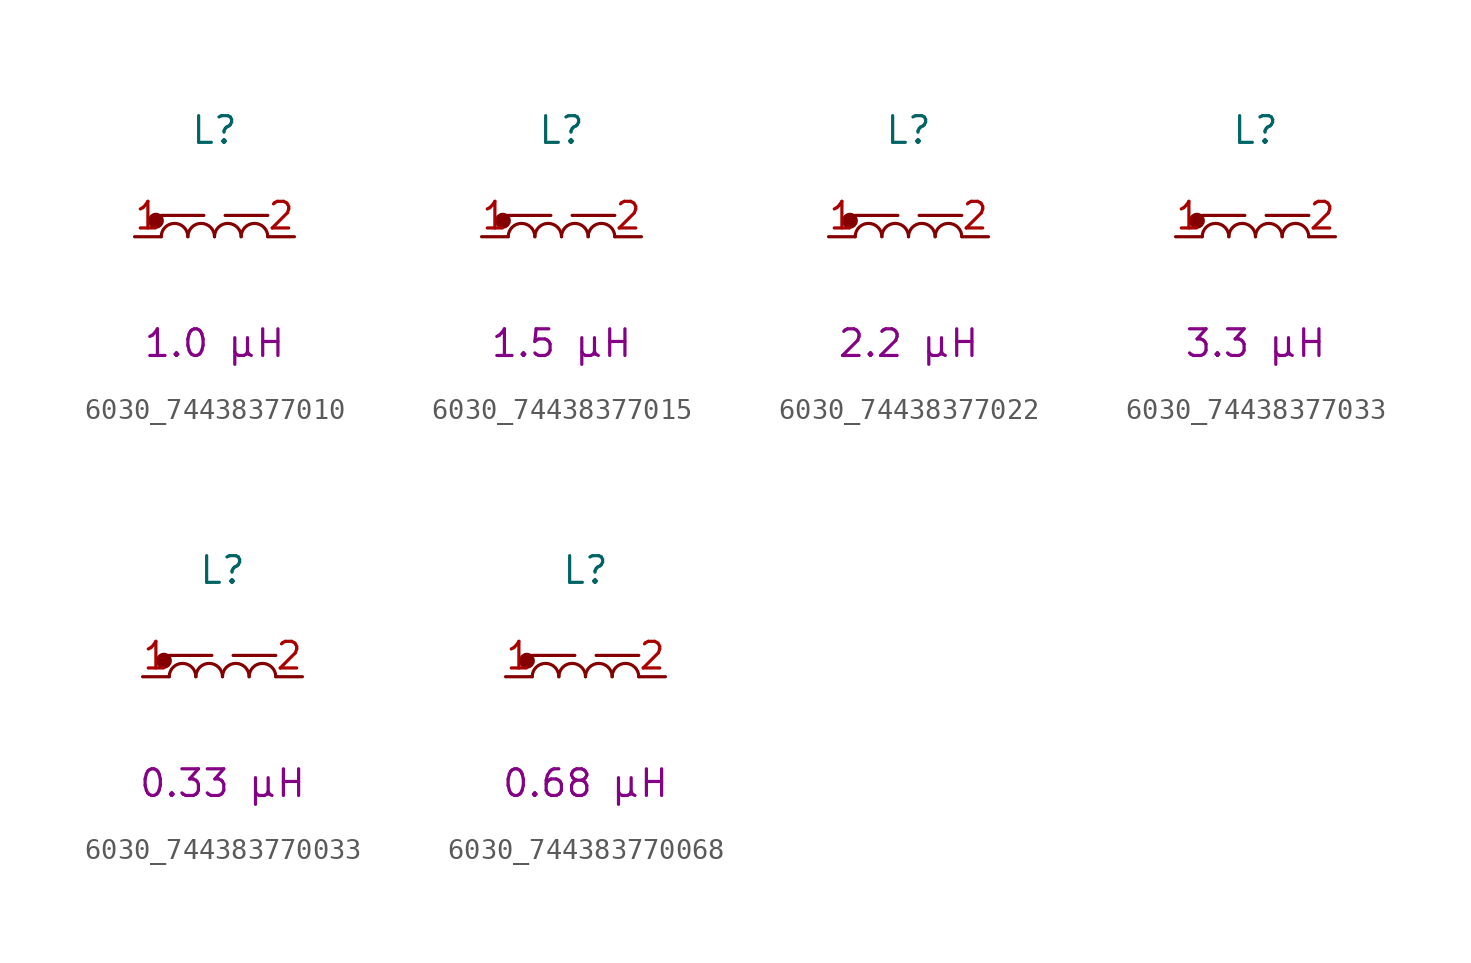
<source format=kicad_sym>
(kicad_symbol_lib
  (version 20220914)
  (generator kicad_symbol_editor)
  (symbol "6030_74438377010"
    (pin_names hide)
    (property "Reference" "L"
      (at 0 5.08 0)
      (effects (font (size 1.27 1.27))))
    (property "Critical Parameter" "1.0 µH"
      (at 0 -5.08 0)
      (effects (font (size 1.27 1.27))))
    (symbol "6030_74438377010_0_1"
      (arc (start -1.27 0) (mid -1.905 0.6323) (end -2.54 0) (stroke (width 0) (type default)) (fill (type none)))
      (arc (start 0 0) (mid -0.635 0.6323) (end -1.27 0) (stroke (width 0) (type default)) (fill (type none)))
      (polyline (pts (xy -2.54 1.016) (xy -0.508 1.016)) (stroke (width 0) (type default)) (fill (type none)))
      (arc (start 1.27 0) (mid 0.635 0.6323) (end 0 0) (stroke (width 0) (type default)) (fill (type none)))
      (arc (start 2.54 0) (mid 1.905 0.6323) (end 1.27 0) (stroke (width 0) (type default)) (fill (type none))))
    (symbol "6030_74438377010_1_1"
      (circle (center -2.794 0.762) (radius 0.0001) (stroke (width 0.381) (type default)) (fill (type none)))
      (polyline (pts (xy 2.54 1.016) (xy 0.508 1.016)) (stroke (width 0) (type default)) (fill (type none)))
      (pin passive line (at -3.81 0 0) (length 1.27) (name "1" (effects (font (size 1.27 1.27)))) (number "1" (effects (font (size 1.27 1.27)))))
      (pin passive line (at 3.81 0 180) (length 1.27) (name "2" (effects (font (size 1.27 1.27)))) (number "2" (effects (font (size 1.27 1.27)))))))
  (symbol "6030_74438377015"
    (pin_names hide)
    (property "Reference" "L"
      (at 0 5.08 0)
      (effects (font (size 1.27 1.27))))
    (property "Critical Parameter" "1.5 µH"
      (at 0 -5.08 0)
      (effects (font (size 1.27 1.27))))
    (symbol "6030_74438377015_0_1"
      (arc (start -1.27 0) (mid -1.905 0.6323) (end -2.54 0) (stroke (width 0) (type default)) (fill (type none)))
      (arc (start 0 0) (mid -0.635 0.6323) (end -1.27 0) (stroke (width 0) (type default)) (fill (type none)))
      (polyline (pts (xy -2.54 1.016) (xy -0.508 1.016)) (stroke (width 0) (type default)) (fill (type none)))
      (arc (start 1.27 0) (mid 0.635 0.6323) (end 0 0) (stroke (width 0) (type default)) (fill (type none)))
      (arc (start 2.54 0) (mid 1.905 0.6323) (end 1.27 0) (stroke (width 0) (type default)) (fill (type none))))
    (symbol "6030_74438377015_1_1"
      (circle (center -2.794 0.762) (radius 0.0001) (stroke (width 0.381) (type default)) (fill (type none)))
      (polyline (pts (xy 2.54 1.016) (xy 0.508 1.016)) (stroke (width 0) (type default)) (fill (type none)))
      (pin passive line (at -3.81 0 0) (length 1.27) (name "1" (effects (font (size 1.27 1.27)))) (number "1" (effects (font (size 1.27 1.27)))))
      (pin passive line (at 3.81 0 180) (length 1.27) (name "2" (effects (font (size 1.27 1.27)))) (number "2" (effects (font (size 1.27 1.27)))))))
  (symbol "6030_74438377022"
    (pin_names hide)
    (property "Reference" "L"
      (at 0 5.08 0)
      (effects (font (size 1.27 1.27))))
    (property "Critical Parameter" "2.2 µH"
      (at 0 -5.08 0)
      (effects (font (size 1.27 1.27))))
    (symbol "6030_74438377022_0_1"
      (arc (start -1.27 0) (mid -1.905 0.6323) (end -2.54 0) (stroke (width 0) (type default)) (fill (type none)))
      (arc (start 0 0) (mid -0.635 0.6323) (end -1.27 0) (stroke (width 0) (type default)) (fill (type none)))
      (polyline (pts (xy -2.54 1.016) (xy -0.508 1.016)) (stroke (width 0) (type default)) (fill (type none)))
      (arc (start 1.27 0) (mid 0.635 0.6323) (end 0 0) (stroke (width 0) (type default)) (fill (type none)))
      (arc (start 2.54 0) (mid 1.905 0.6323) (end 1.27 0) (stroke (width 0) (type default)) (fill (type none))))
    (symbol "6030_74438377022_1_1"
      (circle (center -2.794 0.762) (radius 0.0001) (stroke (width 0.381) (type default)) (fill (type none)))
      (polyline (pts (xy 2.54 1.016) (xy 0.508 1.016)) (stroke (width 0) (type default)) (fill (type none)))
      (pin passive line (at -3.81 0 0) (length 1.27) (name "1" (effects (font (size 1.27 1.27)))) (number "1" (effects (font (size 1.27 1.27)))))
      (pin passive line (at 3.81 0 180) (length 1.27) (name "2" (effects (font (size 1.27 1.27)))) (number "2" (effects (font (size 1.27 1.27)))))))
  (symbol "6030_74438377033"
    (pin_names hide)
    (property "Reference" "L"
      (at 0 5.08 0)
      (effects (font (size 1.27 1.27))))
    (property "Critical Parameter" "3.3 µH"
      (at 0 -5.08 0)
      (effects (font (size 1.27 1.27))))
    (symbol "6030_74438377033_0_1"
      (arc (start -1.27 0) (mid -1.905 0.6323) (end -2.54 0) (stroke (width 0) (type default)) (fill (type none)))
      (arc (start 0 0) (mid -0.635 0.6323) (end -1.27 0) (stroke (width 0) (type default)) (fill (type none)))
      (polyline (pts (xy -2.54 1.016) (xy -0.508 1.016)) (stroke (width 0) (type default)) (fill (type none)))
      (arc (start 1.27 0) (mid 0.635 0.6323) (end 0 0) (stroke (width 0) (type default)) (fill (type none)))
      (arc (start 2.54 0) (mid 1.905 0.6323) (end 1.27 0) (stroke (width 0) (type default)) (fill (type none))))
    (symbol "6030_74438377033_1_1"
      (circle (center -2.794 0.762) (radius 0.0001) (stroke (width 0.381) (type default)) (fill (type none)))
      (polyline (pts (xy 2.54 1.016) (xy 0.508 1.016)) (stroke (width 0) (type default)) (fill (type none)))
      (pin passive line (at -3.81 0 0) (length 1.27) (name "1" (effects (font (size 1.27 1.27)))) (number "1" (effects (font (size 1.27 1.27)))))
      (pin passive line (at 3.81 0 180) (length 1.27) (name "2" (effects (font (size 1.27 1.27)))) (number "2" (effects (font (size 1.27 1.27)))))))
  (symbol "6030_744383770033"
    (pin_names hide)
    (property "Reference" "L"
      (at 0 5.08 0)
      (effects (font (size 1.27 1.27))))
    (property "Critical Parameter" "0.33 µH"
      (at 0 -5.08 0)
      (effects (font (size 1.27 1.27))))
    (symbol "6030_744383770033_0_1"
      (arc (start -1.27 0) (mid -1.905 0.6323) (end -2.54 0) (stroke (width 0) (type default)) (fill (type none)))
      (arc (start 0 0) (mid -0.635 0.6323) (end -1.27 0) (stroke (width 0) (type default)) (fill (type none)))
      (polyline (pts (xy -2.54 1.016) (xy -0.508 1.016)) (stroke (width 0) (type default)) (fill (type none)))
      (arc (start 1.27 0) (mid 0.635 0.6323) (end 0 0) (stroke (width 0) (type default)) (fill (type none)))
      (arc (start 2.54 0) (mid 1.905 0.6323) (end 1.27 0) (stroke (width 0) (type default)) (fill (type none))))
    (symbol "6030_744383770033_1_1"
      (circle (center -2.794 0.762) (radius 0.0001) (stroke (width 0.381) (type default)) (fill (type none)))
      (polyline (pts (xy 2.54 1.016) (xy 0.508 1.016)) (stroke (width 0) (type default)) (fill (type none)))
      (pin passive line (at -3.81 0 0) (length 1.27) (name "1" (effects (font (size 1.27 1.27)))) (number "1" (effects (font (size 1.27 1.27)))))
      (pin passive line (at 3.81 0 180) (length 1.27) (name "2" (effects (font (size 1.27 1.27)))) (number "2" (effects (font (size 1.27 1.27)))))))
  (symbol "6030_744383770068"
    (pin_names hide)
    (property "Reference" "L"
      (at 0 5.08 0)
      (effects (font (size 1.27 1.27))))
    (property "Critical Parameter" "0.68 µH"
      (at 0 -5.08 0)
      (effects (font (size 1.27 1.27))))
    (symbol "6030_744383770068_0_1"
      (arc (start -1.27 0) (mid -1.905 0.6323) (end -2.54 0) (stroke (width 0) (type default)) (fill (type none)))
      (arc (start 0 0) (mid -0.635 0.6323) (end -1.27 0) (stroke (width 0) (type default)) (fill (type none)))
      (polyline (pts (xy -2.54 1.016) (xy -0.508 1.016)) (stroke (width 0) (type default)) (fill (type none)))
      (arc (start 1.27 0) (mid 0.635 0.6323) (end 0 0) (stroke (width 0) (type default)) (fill (type none)))
      (arc (start 2.54 0) (mid 1.905 0.6323) (end 1.27 0) (stroke (width 0) (type default)) (fill (type none))))
    (symbol "6030_744383770068_1_1"
      (circle (center -2.794 0.762) (radius 0.0001) (stroke (width 0.381) (type default)) (fill (type none)))
      (polyline (pts (xy 2.54 1.016) (xy 0.508 1.016)) (stroke (width 0) (type default)) (fill (type none)))
      (pin passive line (at -3.81 0 0) (length 1.27) (name "1" (effects (font (size 1.27 1.27)))) (number "1" (effects (font (size 1.27 1.27)))))
      (pin passive line (at 3.81 0 180) (length 1.27) (name "2" (effects (font (size 1.27 1.27)))) (number "2" (effects (font (size 1.27 1.27))))))))
</source>
